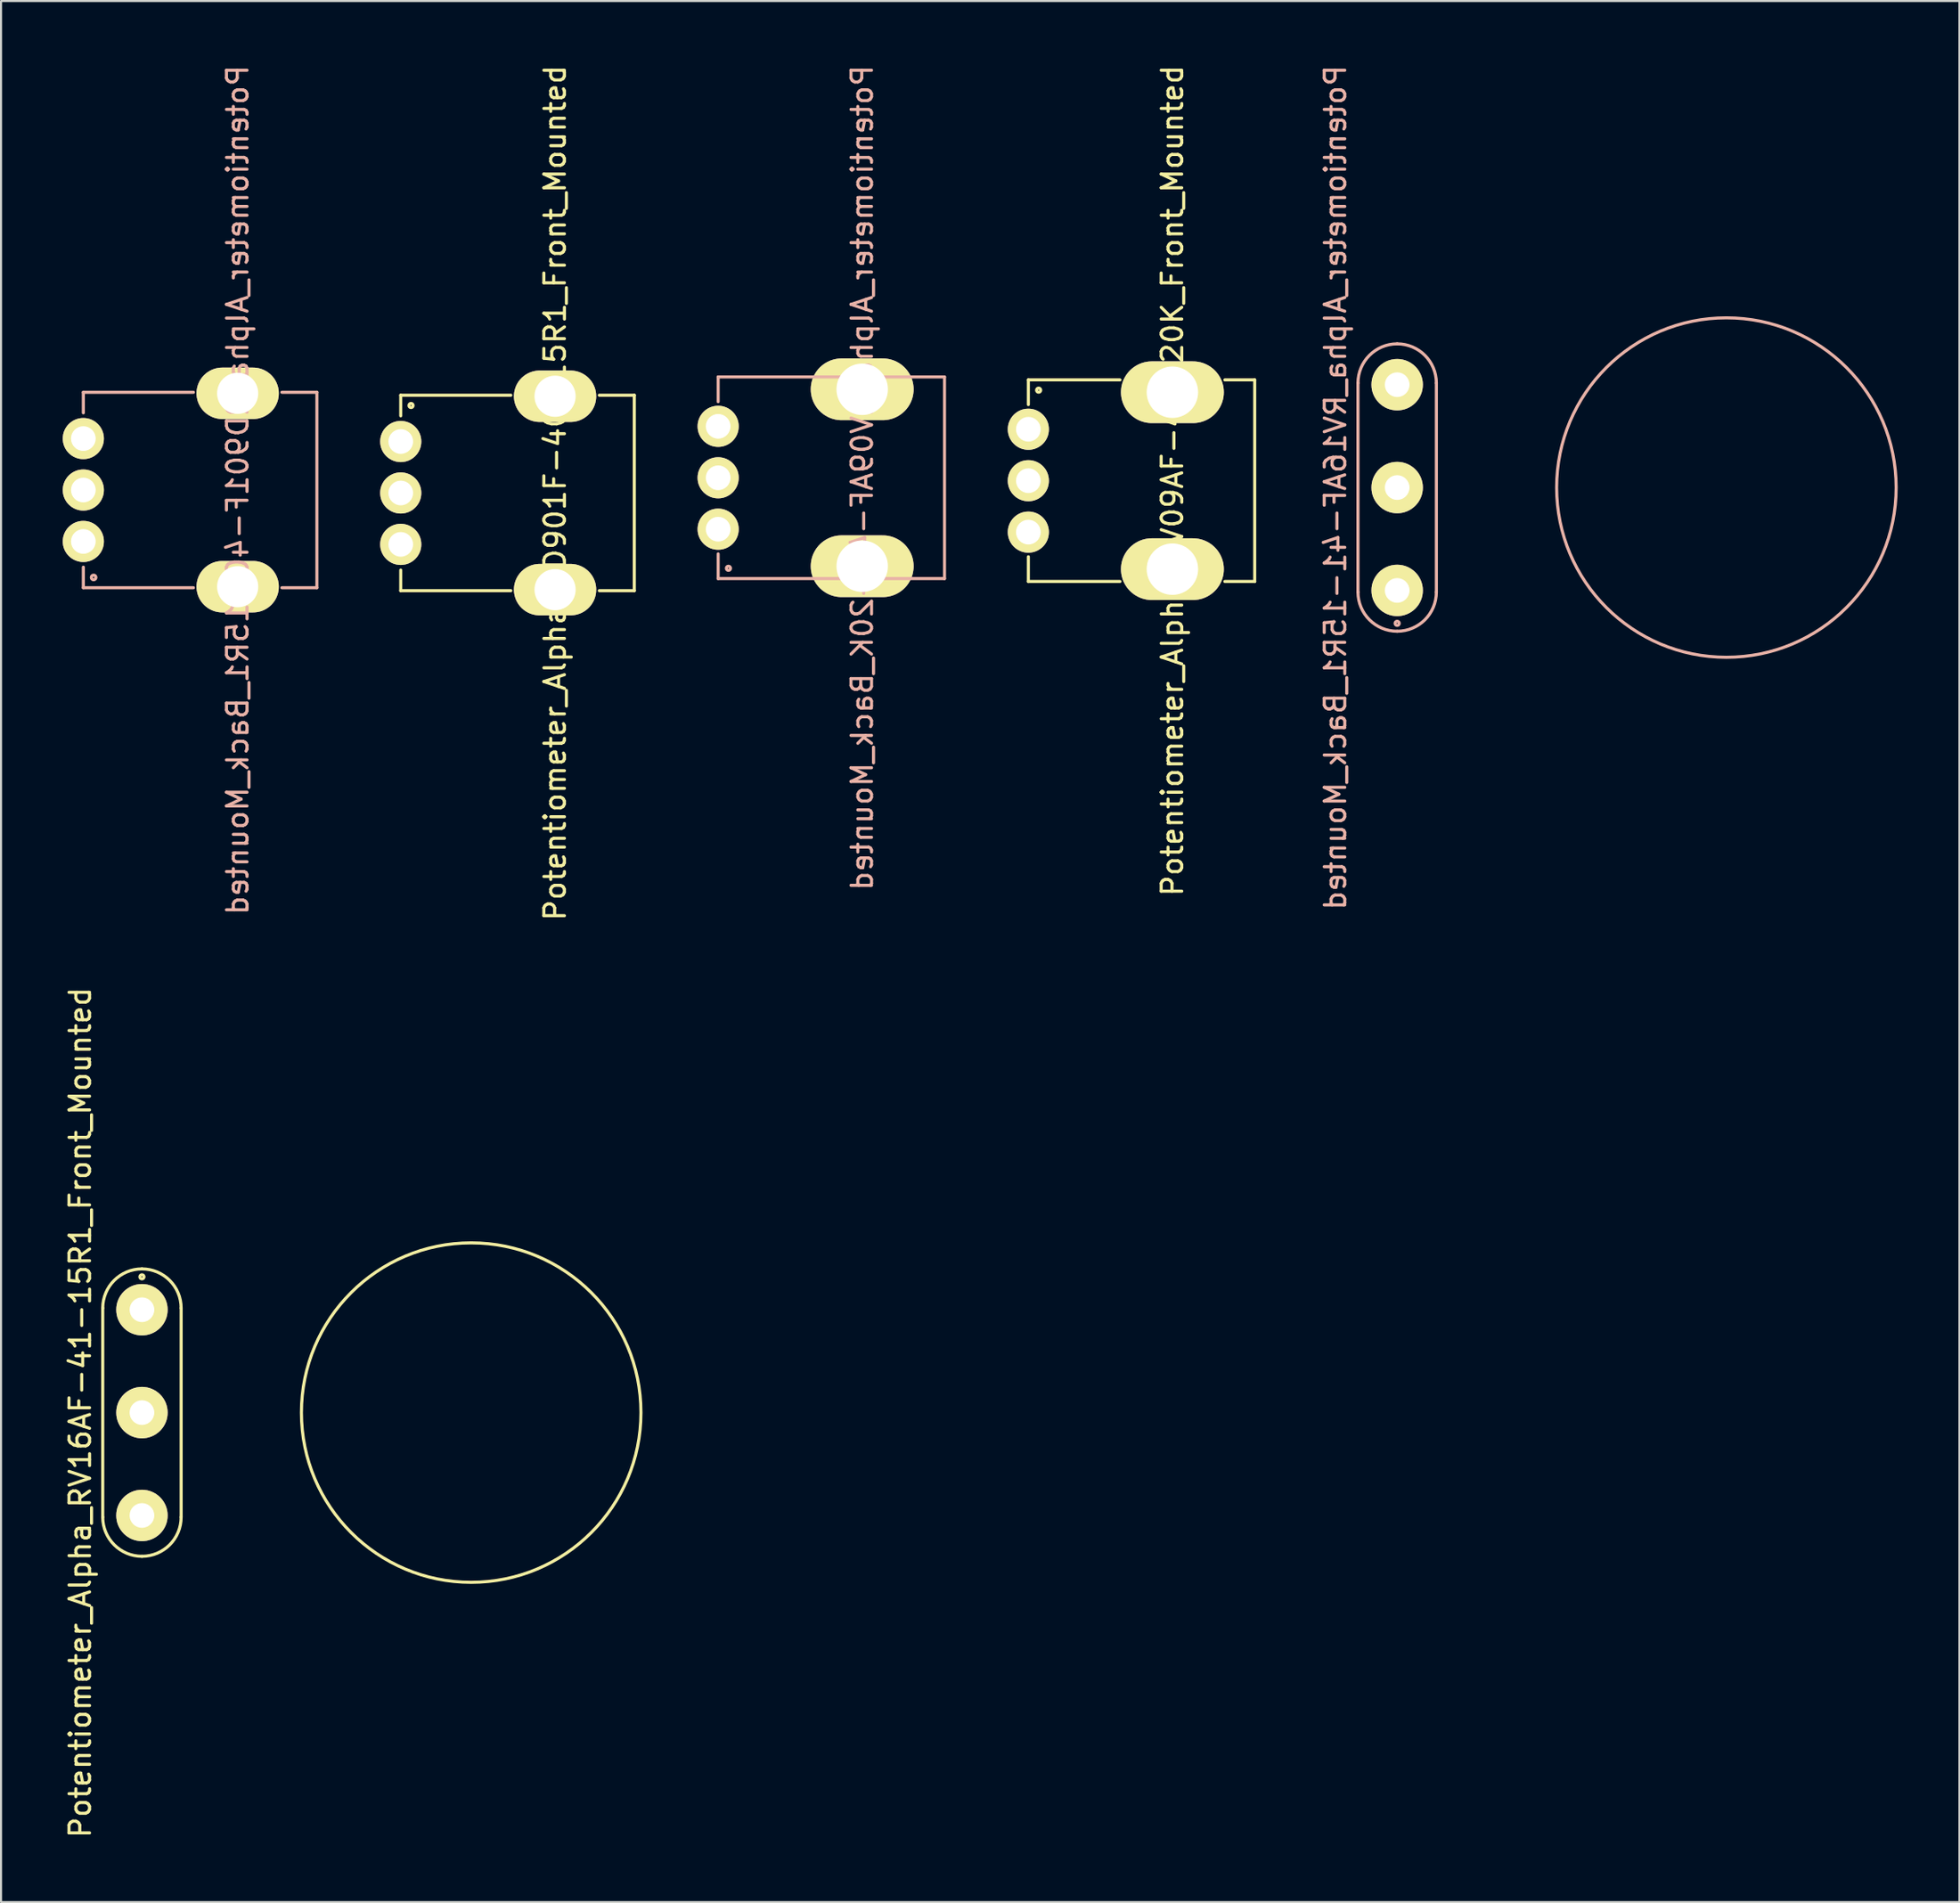
<source format=kicad_pcb>
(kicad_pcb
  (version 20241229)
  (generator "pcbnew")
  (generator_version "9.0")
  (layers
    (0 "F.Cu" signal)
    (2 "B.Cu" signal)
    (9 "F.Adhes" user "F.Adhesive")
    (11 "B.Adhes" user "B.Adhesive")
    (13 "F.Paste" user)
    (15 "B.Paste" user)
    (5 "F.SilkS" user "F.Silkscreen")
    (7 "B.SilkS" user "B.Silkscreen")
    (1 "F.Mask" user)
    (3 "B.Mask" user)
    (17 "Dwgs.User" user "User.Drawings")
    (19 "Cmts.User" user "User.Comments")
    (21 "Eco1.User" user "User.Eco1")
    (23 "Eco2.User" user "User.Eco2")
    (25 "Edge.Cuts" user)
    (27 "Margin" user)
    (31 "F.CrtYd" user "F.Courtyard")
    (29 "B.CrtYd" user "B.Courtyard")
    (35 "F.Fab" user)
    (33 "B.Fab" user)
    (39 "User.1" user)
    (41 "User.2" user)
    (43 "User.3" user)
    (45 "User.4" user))
  (footprint "Potentiometer_Alpha_RD901F-40-15R1_Back_Mounted"
    (layer "F.Cu")
    (at 1 18.268)
    (property "Reference" "Potentiometer_Alpha_RD901F-40-15R1_Back_Mounted" (at 7.5 2.5 90) (layer "B.SilkS") (effects (font (size 1 1) (thickness 0.15)) (justify mirror)))
    (attr through_hole)
    (fp_line (start 0 -2.25) (end 0 -1.25) (stroke (width 0.15) (type solid)) (layer "B.SilkS"))
    (fp_line (start 0 -2.25) (end 5.35 -2.25) (stroke (width 0.15) (type solid)) (layer "B.SilkS"))
    (fp_line (start 0 7.25) (end 0 6.25) (stroke (width 0.15) (type solid)) (layer "B.SilkS"))
    (fp_line (start 0 7.25) (end 5.35 7.25) (stroke (width 0.15) (type solid)) (layer "B.SilkS"))
    (fp_line (start 11.35 -2.25) (end 9.65 -2.25) (stroke (width 0.15) (type solid)) (layer "B.SilkS"))
    (fp_line (start 11.35 -2.25) (end 11.35 7.25) (stroke (width 0.15) (type solid)) (layer "B.SilkS"))
    (fp_line (start 11.35 7.25) (end 9.65 7.25) (stroke (width 0.15) (type solid)) (layer "B.SilkS"))
    (fp_circle (center 0.5 6.75) (end 0.55 6.85) (stroke (width 0.15) (type solid)) (fill no) (layer "B.SilkS"))
    (pad "" thru_hole oval (at 7.5 -2.2) (size 4 2.5) (drill 2) (layers "*.Cu" "*.Mask" "F.SilkS"))
    (pad "" thru_hole oval (at 7.5 7.2) (size 4 2.5) (drill 2) (layers "*.Cu" "*.Mask" "F.SilkS"))
    (pad "1" thru_hole circle (at 0 5) (size 2 2) (drill 1.199) (layers "*.Cu" "*.Mask" "F.SilkS"))
    (pad "2" thru_hole circle (at 0 2.501) (size 2 2) (drill 1.2) (layers "*.Cu" "*.Mask" "F.SilkS"))
    (pad "3" thru_hole circle (at 0 0) (size 2 2) (drill 1.2) (layers "*.Cu" "*.Mask" "F.SilkS")))
  (footprint "Potentiometer_Alpha_RV16AF-41-15R1_Front_Mounted"
    (layer "F.Cu")
    (at 3.848 65.613)
    (property "Reference" "Potentiometer_Alpha_RV16AF-41-15R1_Front_Mounted" (at -3 0 270) (layer "F.SilkS") (effects (font (size 1 1) (thickness 0.15))))
    (attr through_hole)
    (fp_line (start -1.905 5.08) (end -1.905 -5.08) (stroke (width 0.15) (type solid)) (layer "F.SilkS"))
    (fp_line (start 1.905 5.08) (end 1.905 -5.08) (stroke (width 0.15) (type solid)) (layer "F.SilkS"))
    (fp_arc (start -1.905 -5.08) (mid -1.347038 -6.427038) (end 0 -6.985) (stroke (width 0.15) (type solid)) (layer "F.SilkS"))
    (fp_arc (start 0 -6.985) (mid 1.347038 -6.427038) (end 1.905 -5.08) (stroke (width 0.15) (type solid)) (layer "F.SilkS"))
    (fp_arc (start 0 6.985) (mid -1.347038 6.427038) (end -1.905 5.08) (stroke (width 0.15) (type solid)) (layer "F.SilkS"))
    (fp_arc (start 1.905 5.08) (mid 1.347038 6.427038) (end 0 6.985) (stroke (width 0.15) (type solid)) (layer "F.SilkS"))
    (fp_circle (center 0 -6.6) (end 0.1 -6.6) (stroke (width 0.15) (type solid)) (fill no) (layer "F.SilkS"))
    (fp_circle (center 16 0) (end 7.75 0) (stroke (width 0.15) (type solid)) (fill no) (layer "F.SilkS"))
    (pad "1" thru_hole circle (at 0 -5) (size 2.499 2.499) (drill 1.199) (layers "*.Cu" "*.Mask" "F.SilkS"))
    (pad "2" thru_hole circle (at 0 0) (size 2.499 2.499) (drill 1.199) (layers "*.Cu" "*.Mask" "F.SilkS"))
    (pad "3" thru_hole circle (at 0 5) (size 2.499 2.499) (drill 1.199) (layers "*.Cu" "*.Mask" "F.SilkS")))
  (footprint "Potentiometer_Alpha_RV09AF-40-20K_Back_Mounted"
    (layer "F.Cu")
    (at 31.85 17.673)
    (property "Reference" "Potentiometer_Alpha_RV09AF-40-20K_Back_Mounted" (at 7 2.5 90) (layer "B.SilkS") (effects (font (size 1 1) (thickness 0.15)) (justify mirror)))
    (attr through_hole)
    (fp_line (start 0 -2.4) (end 0 -1.2) (stroke (width 0.15) (type solid)) (layer "B.SilkS"))
    (fp_line (start 0 7.4) (end 0 6.2) (stroke (width 0.15) (type solid)) (layer "B.SilkS"))
    (fp_line (start 0 7.4) (end 11 7.4) (stroke (width 0.15) (type solid)) (layer "B.SilkS"))
    (fp_line (start 11 -2.4) (end 0 -2.4) (stroke (width 0.15) (type solid)) (layer "B.SilkS"))
    (fp_line (start 11 7.4) (end 11 -2.4) (stroke (width 0.15) (type solid)) (layer "B.SilkS"))
    (fp_circle (center 0.5 6.9) (end 0.5 7) (stroke (width 0.15) (type solid)) (fill no) (layer "B.SilkS"))
    (pad "" thru_hole oval (at 7 -1.8) (size 5 3) (drill 2.5) (layers "*.Cu" "*.Mask" "F.SilkS"))
    (pad "" thru_hole oval (at 7 6.8) (size 5 3) (drill 2.5) (layers "*.Cu" "*.Mask" "F.SilkS"))
    (pad "1" thru_hole circle (at 0 5) (size 2 2) (drill 1.2) (layers "*.Cu" "*.Mask" "F.SilkS"))
    (pad "2" thru_hole circle (at 0 2.501) (size 2 2) (drill 1.2) (layers "*.Cu" "*.Mask" "F.SilkS"))
    (pad "3" thru_hole circle (at 0 0) (size 2 2) (drill 1.199) (layers "*.Cu" "*.Mask" "F.SilkS")))
  (footprint "Potentiometer_Alpha_RV09AF-40-20K_Front_Mounted"
    (layer "F.Cu")
    (at 46.925 17.815)
    (property "Reference" "Potentiometer_Alpha_RV09AF-40-20K_Front_Mounted" (at 7 2.5 90) (layer "F.SilkS") (effects (font (size 1 1) (thickness 0.15))))
    (attr through_hole)
    (fp_line (start 0 -2.4) (end 0 -1.2) (stroke (width 0.15) (type solid)) (layer "F.SilkS"))
    (fp_line (start 0 -2.4) (end 4.45 -2.4) (stroke (width 0.15) (type solid)) (layer "F.SilkS"))
    (fp_line (start 0 7.4) (end 0 6.2) (stroke (width 0.15) (type solid)) (layer "F.SilkS"))
    (fp_line (start 0 7.4) (end 4.45 7.4) (stroke (width 0.15) (type solid)) (layer "F.SilkS"))
    (fp_line (start 11 -2.4) (end 9.55 -2.4) (stroke (width 0.15) (type solid)) (layer "F.SilkS"))
    (fp_line (start 11 7.4) (end 9.55 7.4) (stroke (width 0.15) (type solid)) (layer "F.SilkS"))
    (fp_line (start 11 7.4) (end 11 -2.4) (stroke (width 0.15) (type solid)) (layer "F.SilkS"))
    (fp_circle (center 0.5 -1.9) (end 0.6 -1.9) (stroke (width 0.15) (type solid)) (fill no) (layer "F.SilkS"))
    (pad "" thru_hole oval (at 7 -1.8) (size 5 3) (drill 2.5) (layers "*.Cu" "*.Mask" "F.SilkS"))
    (pad "" thru_hole oval (at 7 6.8) (size 5 3) (drill 2.5) (layers "*.Cu" "*.Mask" "F.SilkS"))
    (pad "1" thru_hole circle (at 0 0) (size 2 2) (drill 1.199) (layers "*.Cu" "*.Mask" "F.SilkS"))
    (pad "2" thru_hole circle (at 0 2.501) (size 2 2) (drill 1.2) (layers "*.Cu" "*.Mask" "F.SilkS"))
    (pad "3" thru_hole circle (at 0 5) (size 2 2) (drill 1.2) (layers "*.Cu" "*.Mask" "F.SilkS")))
  (footprint "Potentiometer_Alpha_RV16AF-41-15R1_Back_Mounted"
    (layer "F.Cu")
    (at 64.848 20.649)
    (property "Reference" "Potentiometer_Alpha_RV16AF-41-15R1_Back_Mounted" (at -3 0 90) (layer "B.SilkS") (effects (font (size 1 1) (thickness 0.15)) (justify mirror)))
    (attr through_hole)
    (fp_line (start -1.905 -5.08) (end -1.905 5.08) (stroke (width 0.15) (type solid)) (layer "B.SilkS"))
    (fp_line (start 1.905 5.08) (end 1.905 -5.08) (stroke (width 0.15) (type solid)) (layer "B.SilkS"))
    (fp_arc (start -1.905 -5.08) (mid -1.347038 -6.427038) (end 0 -6.985) (stroke (width 0.15) (type solid)) (layer "B.SilkS"))
    (fp_arc (start 0 -6.985) (mid 1.347038 -6.427038) (end 1.905 -5.08) (stroke (width 0.15) (type solid)) (layer "B.SilkS"))
    (fp_arc (start 0 6.985) (mid -1.347038 6.427038) (end -1.905 5.08) (stroke (width 0.15) (type solid)) (layer "B.SilkS"))
    (fp_arc (start 1.905 5.08) (mid 1.347038 6.427038) (end 0 6.985) (stroke (width 0.15) (type solid)) (layer "B.SilkS"))
    (fp_circle (center 0 6.6) (end 0.1 6.6) (stroke (width 0.15) (type solid)) (fill no) (layer "B.SilkS"))
    (fp_circle (center 16 0) (end 7.75 0) (stroke (width 0.15) (type solid)) (fill no) (layer "B.SilkS"))
    (pad "1" thru_hole circle (at 0 5) (size 2.499 2.499) (drill 1.199) (layers "*.Cu" "*.Mask" "F.SilkS"))
    (pad "2" thru_hole circle (at 0 0) (size 2.499 2.499) (drill 1.199) (layers "*.Cu" "*.Mask" "F.SilkS"))
    (pad "3" thru_hole circle (at 0 -5) (size 2.499 2.499) (drill 1.199) (layers "*.Cu" "*.Mask" "F.SilkS")))
  (footprint "Potentiometer_Alpha_RD901F-40-15R1_Front_Mounted"
    (layer "F.Cu")
    (at 16.425 18.411)
    (property "Reference" "Potentiometer_Alpha_RD901F-40-15R1_Front_Mounted" (at 7.5 2.5 90) (layer "F.SilkS") (effects (font (size 1 1) (thickness 0.15))))
    (attr through_hole)
    (fp_line (start 0 -2.25) (end 0 -1.25) (stroke (width 0.15) (type solid)) (layer "F.SilkS"))
    (fp_line (start 0 -2.25) (end 5.35 -2.25) (stroke (width 0.15) (type solid)) (layer "F.SilkS"))
    (fp_line (start 0 7.25) (end 0 6.25) (stroke (width 0.15) (type solid)) (layer "F.SilkS"))
    (fp_line (start 0 7.25) (end 5.35 7.25) (stroke (width 0.15) (type solid)) (layer "F.SilkS"))
    (fp_line (start 11.35 -2.25) (end 9.65 -2.25) (stroke (width 0.15) (type solid)) (layer "F.SilkS"))
    (fp_line (start 11.35 -2.25) (end 11.35 7.25) (stroke (width 0.15) (type solid)) (layer "F.SilkS"))
    (fp_line (start 11.35 7.25) (end 9.65 7.25) (stroke (width 0.15) (type solid)) (layer "F.SilkS"))
    (fp_circle (center 0.5 -1.75) (end 0.6 -1.75) (stroke (width 0.15) (type solid)) (fill no) (layer "F.SilkS"))
    (pad "" thru_hole oval (at 7.5 -2.2) (size 4 2.5) (drill 2) (layers "*.Cu" "*.Mask" "F.SilkS"))
    (pad "" thru_hole oval (at 7.5 7.2) (size 4 2.5) (drill 2) (layers "*.Cu" "*.Mask" "F.SilkS"))
    (pad "1" thru_hole circle (at 0 0) (size 2 2) (drill 1.2) (layers "*.Cu" "*.Mask" "F.SilkS"))
    (pad "2" thru_hole circle (at 0 2.501) (size 2 2) (drill 1.2) (layers "*.Cu" "*.Mask" "F.SilkS"))
    (pad "3" thru_hole circle (at 0 5) (size 2 2) (drill 1.199) (layers "*.Cu" "*.Mask" "F.SilkS")))
  (gr_rect
    (start -3 -3)
    (end 92.173 89.405)
    (stroke (width 0.1) (type default))
    (fill no)
    (layer "Edge.Cuts")))
</source>
